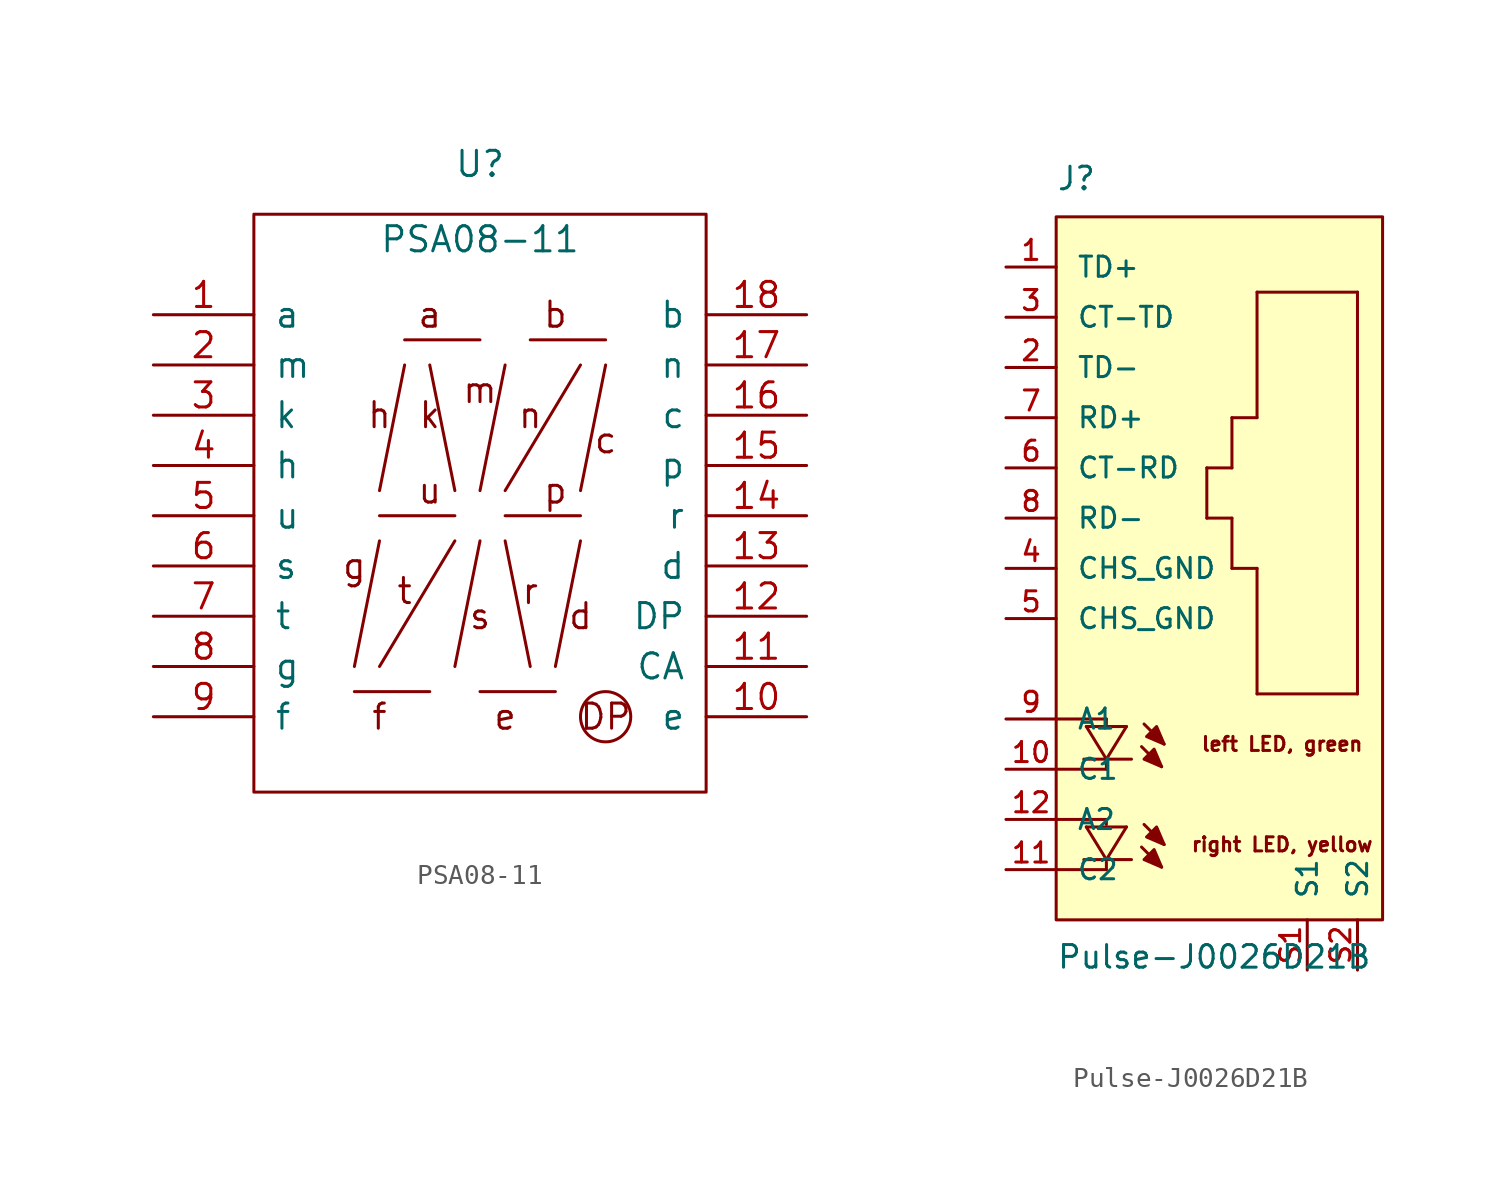
<source format=kicad_sym>
(kicad_symbol_lib
  (version 20220914)
  (generator kicad_symbol_editor)
  (symbol "PSA08-11"
    (pin_names
      (offset 1.016))
    (property "Reference" "U"
      (at 2.54 17.78 0)
      (effects (font (size 1.27 1.27))))
    (property "Value" "PSA08-11"
      (at 2.54 13.97 0)
      (effects (font (size 1.27 1.27))))
    (symbol "PSA08-11_0_0"
      (circle (center 8.89 -10.16) (radius 1.27) (stroke (width 0) (type default)) (fill (type none)))
      (text "a" (at 0 10.16 0) (effects (font (size 1.27 1.27))))
      (text "b" (at 6.35 10.16 0) (effects (font (size 1.27 1.27))))
      (text "c" (at 8.89 3.81 0) (effects (font (size 1.27 1.27))))
      (text "d" (at 7.62 -5.08 0) (effects (font (size 1.27 1.27))))
      (text "DP" (at 8.89 -10.16 0) (effects (font (size 1.27 1.27))))
      (text "e" (at 3.81 -10.16 0) (effects (font (size 1.27 1.27))))
      (text "f" (at -2.54 -10.16 0) (effects (font (size 1.27 1.27))))
      (text "g" (at -3.81 -2.54 0) (effects (font (size 1.27 1.27))))
      (text "h" (at -2.54 5.08 0) (effects (font (size 1.27 1.27))))
      (text "k" (at 0 5.08 0) (effects (font (size 1.27 1.27))))
      (text "m" (at 2.54 6.35 0) (effects (font (size 1.27 1.27))))
      (text "n" (at 5.08 5.08 0) (effects (font (size 1.27 1.27))))
      (text "p" (at 6.35 1.27 0) (effects (font (size 1.27 1.27))))
      (text "r" (at 5.08 -3.81 0) (effects (font (size 1.27 1.27))))
      (text "s" (at 2.54 -5.08 0) (effects (font (size 1.27 1.27))))
      (text "t" (at -1.27 -3.81 0) (effects (font (size 1.27 1.27))))
      (text "u" (at 0 1.27 0) (effects (font (size 1.27 1.27))))
      (pin input line (at -13.97 10.16 0) (length 5.08) (name "a" (effects (font (size 1.27 1.27)))) (number "1" (effects (font (size 1.27 1.27)))))
      (pin input line (at 19.05 -10.16 180) (length 5.08) (name "e" (effects (font (size 1.27 1.27)))) (number "10" (effects (font (size 1.27 1.27)))))
      (pin input line (at 19.05 -7.62 180) (length 5.08) (name "CA" (effects (font (size 1.27 1.27)))) (number "11" (effects (font (size 1.27 1.27)))))
      (pin input line (at 19.05 -5.08 180) (length 5.08) (name "DP" (effects (font (size 1.27 1.27)))) (number "12" (effects (font (size 1.27 1.27)))))
      (pin input line (at 19.05 -2.54 180) (length 5.08) (name "d" (effects (font (size 1.27 1.27)))) (number "13" (effects (font (size 1.27 1.27)))))
      (pin input line (at 19.05 0 180) (length 5.08) (name "r" (effects (font (size 1.27 1.27)))) (number "14" (effects (font (size 1.27 1.27)))))
      (pin input line (at 19.05 2.54 180) (length 5.08) (name "p" (effects (font (size 1.27 1.27)))) (number "15" (effects (font (size 1.27 1.27)))))
      (pin input line (at 19.05 5.08 180) (length 5.08) (name "c" (effects (font (size 1.27 1.27)))) (number "16" (effects (font (size 1.27 1.27)))))
      (pin input line (at 19.05 7.62 180) (length 5.08) (name "n" (effects (font (size 1.27 1.27)))) (number "17" (effects (font (size 1.27 1.27)))))
      (pin input line (at 19.05 10.16 180) (length 5.08) (name "b" (effects (font (size 1.27 1.27)))) (number "18" (effects (font (size 1.27 1.27)))))
      (pin input line (at -13.97 7.62 0) (length 5.08) (name "m" (effects (font (size 1.27 1.27)))) (number "2" (effects (font (size 1.27 1.27)))))
      (pin input line (at -13.97 5.08 0) (length 5.08) (name "k" (effects (font (size 1.27 1.27)))) (number "3" (effects (font (size 1.27 1.27)))))
      (pin input line (at -13.97 2.54 0) (length 5.08) (name "h" (effects (font (size 1.27 1.27)))) (number "4" (effects (font (size 1.27 1.27)))))
      (pin input line (at -13.97 0 0) (length 5.08) (name "u" (effects (font (size 1.27 1.27)))) (number "5" (effects (font (size 1.27 1.27)))))
      (pin input line (at -13.97 -2.54 0) (length 5.08) (name "s" (effects (font (size 1.27 1.27)))) (number "6" (effects (font (size 1.27 1.27)))))
      (pin input line (at -13.97 -5.08 0) (length 5.08) (name "t" (effects (font (size 1.27 1.27)))) (number "7" (effects (font (size 1.27 1.27)))))
      (pin input line (at -13.97 -7.62 0) (length 5.08) (name "g" (effects (font (size 1.27 1.27)))) (number "8" (effects (font (size 1.27 1.27)))))
      (pin input line (at -13.97 -10.16 0) (length 5.08) (name "f" (effects (font (size 1.27 1.27)))) (number "9" (effects (font (size 1.27 1.27))))))
    (symbol "PSA08-11_0_1"
      (rectangle (start -8.89 15.24) (end 13.97 -13.97) (stroke (width 0) (type default)) (fill (type none)))
      (polyline (pts (xy -3.81 -8.89) (xy 0 -8.89)) (stroke (width 0) (type default)) (fill (type none)))
      (polyline (pts (xy -2.54 -7.62) (xy 1.27 -1.27)) (stroke (width 0) (type default)) (fill (type none)))
      (polyline (pts (xy -2.54 -1.27) (xy -3.81 -7.62)) (stroke (width 0) (type default)) (fill (type none)))
      (polyline (pts (xy -2.54 0) (xy 1.27 0)) (stroke (width 0) (type default)) (fill (type none)))
      (polyline (pts (xy -1.27 7.62) (xy -2.54 1.27)) (stroke (width 0) (type default)) (fill (type none)))
      (polyline (pts (xy -1.27 8.89) (xy 2.54 8.89)) (stroke (width 0) (type default)) (fill (type none)))
      (polyline (pts (xy 0 7.62) (xy 1.27 1.27)) (stroke (width 0) (type default)) (fill (type none)))
      (polyline (pts (xy 2.54 -8.89) (xy 6.35 -8.89)) (stroke (width 0) (type default)) (fill (type none)))
      (polyline (pts (xy 2.54 -1.27) (xy 1.27 -7.62)) (stroke (width 0) (type default)) (fill (type none)))
      (polyline (pts (xy 3.81 -1.27) (xy 5.08 -7.62)) (stroke (width 0) (type default)) (fill (type none)))
      (polyline (pts (xy 3.81 0) (xy 7.62 0)) (stroke (width 0) (type default)) (fill (type none)))
      (polyline (pts (xy 3.81 7.62) (xy 2.54 1.27)) (stroke (width 0) (type default)) (fill (type none)))
      (polyline (pts (xy 5.08 8.89) (xy 8.89 8.89)) (stroke (width 0) (type default)) (fill (type none)))
      (polyline (pts (xy 7.62 -1.27) (xy 6.35 -7.62)) (stroke (width 0) (type default)) (fill (type none)))
      (polyline (pts (xy 7.62 7.62) (xy 3.81 1.27)) (stroke (width 0) (type default)) (fill (type none)))
      (polyline (pts (xy 8.89 7.62) (xy 7.62 1.27)) (stroke (width 0) (type default)) (fill (type none)))))
  (symbol "Pulse-J0026D21B"
    (pin_names
      (offset 1.016))
    (property "Reference" "J"
      (at -7.62 21.59 0)
      (effects (font (size 1.143 1.143)) (justify left bottom)))
    (property "Value" "Pulse-J0026D21B"
      (at -7.62 -17.78 0)
      (effects (font (size 1.143 1.143)) (justify left bottom)))
    (symbol "Pulse-J0026D21B_0_0"
      (text "left LED, green" (at 3.81 -6.35 0) (effects (font (size 0.711 0.711))))
      (text "right LED, yellow" (at 3.81 -11.43 0) (effects (font (size 0.711 0.711)))))
    (symbol "Pulse-J0026D21B_1_0"
      (rectangle (start -7.62 20.32) (end 8.89 -15.24) (stroke (width 0) (type default)) (fill (type background)))
      (polyline (pts (xy -7.62 -10.16) (xy -5.08 -10.16)) (stroke (width 0) (type default)) (fill (type none)))
      (polyline (pts (xy -7.62 -5.08) (xy -5.08 -5.08)) (stroke (width 0) (type default)) (fill (type none)))
      (polyline (pts (xy -6.223 -12.192) (xy -5.08 -12.192)) (stroke (width 0) (type default)) (fill (type none)))
      (polyline (pts (xy -6.223 -7.112) (xy -5.08 -7.112)) (stroke (width 0) (type default)) (fill (type none)))
      (polyline (pts (xy -6.096 -10.541) (xy -5.08 -12.192)) (stroke (width 0) (type default)) (fill (type none)))
      (polyline (pts (xy -6.096 -10.541) (xy -4.064 -10.541)) (stroke (width 0) (type default)) (fill (type none)))
      (polyline (pts (xy -6.096 -5.461) (xy -5.08 -7.112)) (stroke (width 0) (type default)) (fill (type none)))
      (polyline (pts (xy -6.096 -5.461) (xy -4.064 -5.461)) (stroke (width 0) (type default)) (fill (type none)))
      (polyline (pts (xy -5.08 -12.7) (xy -7.62 -12.7)) (stroke (width 0) (type default)) (fill (type none)))
      (polyline (pts (xy -5.08 -12.319) (xy -5.08 -12.7)) (stroke (width 0) (type default)) (fill (type none)))
      (polyline (pts (xy -5.08 -12.192) (xy -4.064 -10.541)) (stroke (width 0) (type default)) (fill (type none)))
      (polyline (pts (xy -5.08 -12.192) (xy -3.81 -12.192)) (stroke (width 0) (type default)) (fill (type none)))
      (polyline (pts (xy -5.08 -10.16) (xy -5.08 -10.414)) (stroke (width 0) (type default)) (fill (type none)))
      (polyline (pts (xy -5.08 -7.62) (xy -7.62 -7.62)) (stroke (width 0) (type default)) (fill (type none)))
      (polyline (pts (xy -5.08 -7.239) (xy -5.08 -7.62)) (stroke (width 0) (type default)) (fill (type none)))
      (polyline (pts (xy -5.08 -7.112) (xy -4.064 -5.461)) (stroke (width 0) (type default)) (fill (type none)))
      (polyline (pts (xy -5.08 -7.112) (xy -3.81 -7.112)) (stroke (width 0) (type default)) (fill (type none)))
      (polyline (pts (xy -5.08 -5.08) (xy -5.08 -5.334)) (stroke (width 0) (type default)) (fill (type none)))
      (polyline (pts (xy -3.302 -11.557) (xy -2.286 -12.573)) (stroke (width 0) (type default)) (fill (type none)))
      (polyline (pts (xy -3.302 -6.477) (xy -2.286 -7.493)) (stroke (width 0) (type default)) (fill (type none)))
      (polyline (pts (xy -3.175 -10.414) (xy -2.159 -11.43)) (stroke (width 0) (type default)) (fill (type none)))
      (polyline (pts (xy -3.175 -5.334) (xy -2.159 -6.35)) (stroke (width 0) (type default)) (fill (type none)))
      (polyline (pts (xy 0 5.08) (xy 1.27 5.08)) (stroke (width 0) (type default)) (fill (type none)))
      (polyline (pts (xy 0 7.62) (xy 0 5.08)) (stroke (width 0) (type default)) (fill (type none)))
      (polyline (pts (xy 1.27 2.54) (xy 2.54 2.54)) (stroke (width 0) (type default)) (fill (type none)))
      (polyline (pts (xy 1.27 5.08) (xy 1.27 2.54)) (stroke (width 0) (type default)) (fill (type none)))
      (polyline (pts (xy 1.27 7.62) (xy 0 7.62)) (stroke (width 0) (type default)) (fill (type none)))
      (polyline (pts (xy 1.27 10.16) (xy 1.27 7.62)) (stroke (width 0) (type default)) (fill (type none)))
      (polyline (pts (xy 2.54 -3.81) (xy 7.62 -3.81)) (stroke (width 0) (type default)) (fill (type none)))
      (polyline (pts (xy 2.54 2.54) (xy 2.54 -3.81)) (stroke (width 0) (type default)) (fill (type none)))
      (polyline (pts (xy 2.54 10.16) (xy 1.27 10.16)) (stroke (width 0) (type default)) (fill (type none)))
      (polyline (pts (xy 2.54 16.51) (xy 2.54 10.16)) (stroke (width 0) (type default)) (fill (type none)))
      (polyline (pts (xy 7.62 -3.81) (xy 7.62 16.51)) (stroke (width 0) (type default)) (fill (type none)))
      (polyline (pts (xy 7.62 16.51) (xy 2.54 16.51)) (stroke (width 0) (type default)) (fill (type none))))
    (symbol "Pulse-J0026D21B_1_1"
      (polyline (pts (xy -2.286 -12.573) (xy -2.667 -11.684) (xy -2.667 -11.684) (xy -3.175 -12.192) (xy -3.175 -12.192) (xy -2.286 -12.573)) (stroke (width 0) (type default)) (fill (type outline)))
      (polyline (pts (xy -2.286 -7.493) (xy -2.667 -6.604) (xy -2.667 -6.604) (xy -3.175 -7.112) (xy -3.175 -7.112) (xy -2.286 -7.493)) (stroke (width 0) (type default)) (fill (type outline)))
      (polyline (pts (xy -2.159 -11.43) (xy -2.54 -10.541) (xy -2.54 -10.541) (xy -3.048 -11.049) (xy -3.048 -11.049) (xy -2.159 -11.43)) (stroke (width 0) (type default)) (fill (type outline)))
      (polyline (pts (xy -2.159 -6.35) (xy -2.54 -5.461) (xy -2.54 -5.461) (xy -3.048 -5.969) (xy -3.048 -5.969) (xy -2.159 -6.35)) (stroke (width 0) (type default)) (fill (type outline)))
      (pin passive line (at -10.16 17.78 0) (length 2.54) (name "TD+" (effects (font (size 1.016 1.016)))) (number "1" (effects (font (size 1.016 1.016)))))
      (pin passive line (at -10.16 -7.62 0) (length 2.54) (name "C1" (effects (font (size 1.016 1.016)))) (number "10" (effects (font (size 1.016 1.016)))))
      (pin passive line (at -10.16 -12.7 0) (length 2.54) (name "C2" (effects (font (size 1.016 1.016)))) (number "11" (effects (font (size 1.016 1.016)))))
      (pin passive line (at -10.16 -10.16 0) (length 2.54) (name "A2" (effects (font (size 1.016 1.016)))) (number "12" (effects (font (size 1.016 1.016)))))
      (pin passive line (at -10.16 12.7 0) (length 2.54) (name "TD-" (effects (font (size 1.016 1.016)))) (number "2" (effects (font (size 1.016 1.016)))))
      (pin passive line (at -10.16 15.24 0) (length 2.54) (name "CT-TD" (effects (font (size 1.016 1.016)))) (number "3" (effects (font (size 1.016 1.016)))))
      (pin passive line (at -10.16 2.54 0) (length 2.54) (name "CHS_GND" (effects (font (size 1.016 1.016)))) (number "4" (effects (font (size 1.016 1.016)))))
      (pin passive line (at -10.16 0 0) (length 2.54) (name "CHS_GND" (effects (font (size 1.016 1.016)))) (number "5" (effects (font (size 1.016 1.016)))))
      (pin passive line (at -10.16 7.62 0) (length 2.54) (name "CT-RD" (effects (font (size 1.016 1.016)))) (number "6" (effects (font (size 1.016 1.016)))))
      (pin passive line (at -10.16 10.16 0) (length 2.54) (name "RD+" (effects (font (size 1.016 1.016)))) (number "7" (effects (font (size 1.016 1.016)))))
      (pin passive line (at -10.16 5.08 0) (length 2.54) (name "RD-" (effects (font (size 1.016 1.016)))) (number "8" (effects (font (size 1.016 1.016)))))
      (pin passive line (at -10.16 -5.08 0) (length 2.54) (name "A1" (effects (font (size 1.016 1.016)))) (number "9" (effects (font (size 1.016 1.016)))))
      (pin passive line (at 5.08 -17.78 90) (length 2.54) (name "S1" (effects (font (size 1.016 1.016)))) (number "S1" (effects (font (size 1.016 1.016)))))
      (pin passive line (at 7.62 -17.78 90) (length 2.54) (name "S2" (effects (font (size 1.016 1.016)))) (number "S2" (effects (font (size 1.016 1.016))))))))
</source>
